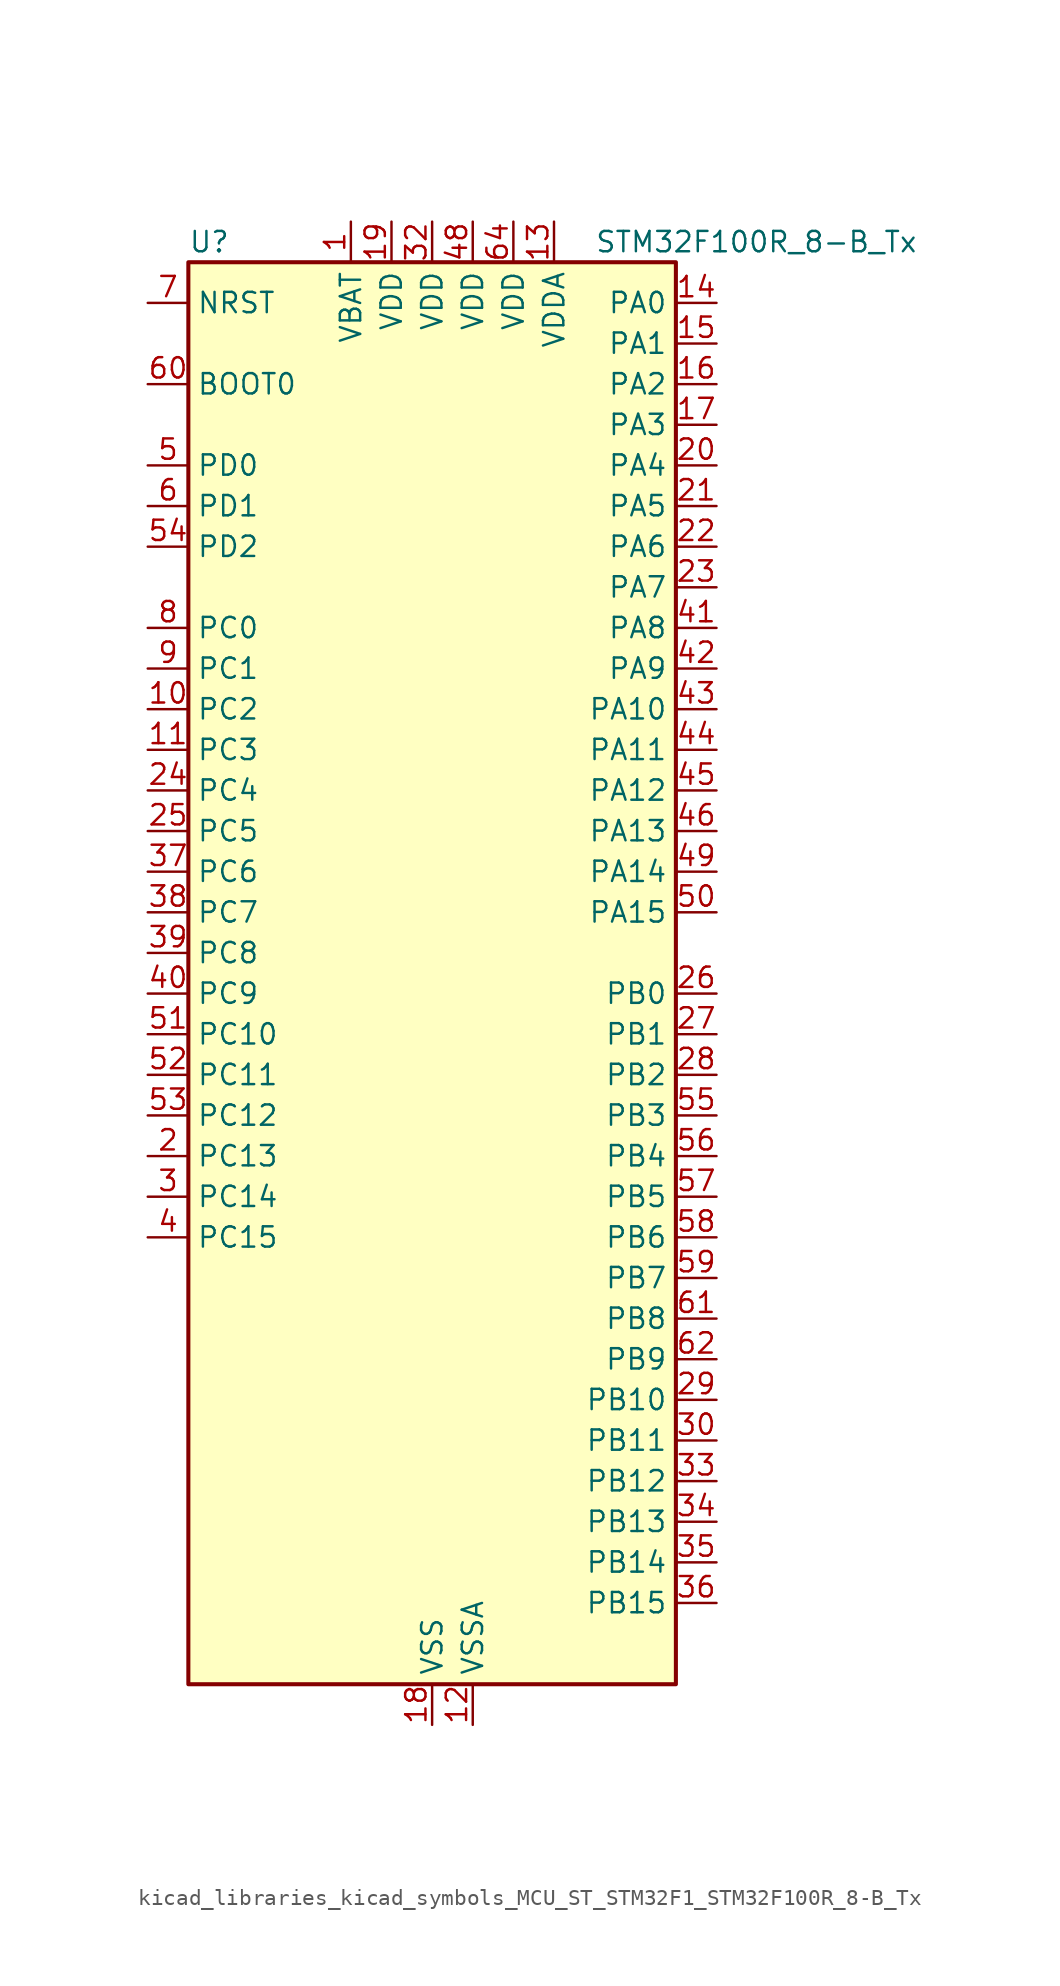
<source format=kicad_sym>
(kicad_symbol_lib
  (version 20220914)
  (generator kicad_symbol_editor)
  (symbol "kicad_libraries_kicad_symbols_MCU_ST_STM32F1_STM32F100R_8-B_Tx"
    (property "Reference" "U"
      (at -15.24 46.99 0)
      (effects (font (size 1.27 1.27)) (justify left)))
    (property "Value" "STM32F100R_8-B_Tx"
      (at 10.16 46.99 0)
      (effects (font (size 1.27 1.27)) (justify left)))
    (property "ki_locked" ""
      (at 0 0 0)
      (effects (font (size 1.27 1.27))))
    (symbol "kicad_libraries_kicad_symbols_MCU_ST_STM32F1_STM32F100R_8-B_Tx_0_1"
      (rectangle (start -15.24 -43.18) (end 15.24 45.72) (stroke (width 0.254) (type default)) (fill (type background))))
    (symbol "kicad_libraries_kicad_symbols_MCU_ST_STM32F1_STM32F100R_8-B_Tx_1_1"
      (pin power_in line (at -5.08 48.26 270) (length 2.54) (name "VBAT" (effects (font (size 1.27 1.27)))) (number "1" (effects (font (size 1.27 1.27)))))
      (pin bidirectional line (at -17.78 17.78 0) (length 2.54) (name "PC2" (effects (font (size 1.27 1.27)))) (number "10" (effects (font (size 1.27 1.27)))) (alternate "ADC1_IN12" bidirectional line))
      (pin bidirectional line (at -17.78 15.24 0) (length 2.54) (name "PC3" (effects (font (size 1.27 1.27)))) (number "11" (effects (font (size 1.27 1.27)))) (alternate "ADC1_IN13" bidirectional line))
      (pin power_in line (at 2.54 -45.72 90) (length 2.54) (name "VSSA" (effects (font (size 1.27 1.27)))) (number "12" (effects (font (size 1.27 1.27)))))
      (pin power_in line (at 7.62 48.26 270) (length 2.54) (name "VDDA" (effects (font (size 1.27 1.27)))) (number "13" (effects (font (size 1.27 1.27)))))
      (pin bidirectional line (at 17.78 43.18 180) (length 2.54) (name "PA0" (effects (font (size 1.27 1.27)))) (number "14" (effects (font (size 1.27 1.27)))) (alternate "ADC1_IN0" bidirectional line) (alternate "SYS_WKUP" bidirectional line) (alternate "TIM2_CH1" bidirectional line) (alternate "TIM2_ETR" bidirectional line) (alternate "USART2_CTS" bidirectional line))
      (pin bidirectional line (at 17.78 40.64 180) (length 2.54) (name "PA1" (effects (font (size 1.27 1.27)))) (number "15" (effects (font (size 1.27 1.27)))) (alternate "ADC1_IN1" bidirectional line) (alternate "TIM2_CH2" bidirectional line) (alternate "USART2_RTS" bidirectional line))
      (pin bidirectional line (at 17.78 38.1 180) (length 2.54) (name "PA2" (effects (font (size 1.27 1.27)))) (number "16" (effects (font (size 1.27 1.27)))) (alternate "ADC1_IN2" bidirectional line) (alternate "TIM15_CH1" bidirectional line) (alternate "TIM2_CH3" bidirectional line) (alternate "USART2_TX" bidirectional line))
      (pin bidirectional line (at 17.78 35.56 180) (length 2.54) (name "PA3" (effects (font (size 1.27 1.27)))) (number "17" (effects (font (size 1.27 1.27)))) (alternate "ADC1_IN3" bidirectional line) (alternate "TIM15_CH2" bidirectional line) (alternate "TIM2_CH4" bidirectional line) (alternate "USART2_RX" bidirectional line))
      (pin power_in line (at 0 -45.72 90) (length 2.54) (name "VSS" (effects (font (size 1.27 1.27)))) (number "18" (effects (font (size 1.27 1.27)))))
      (pin power_in line (at -2.54 48.26 270) (length 2.54) (name "VDD" (effects (font (size 1.27 1.27)))) (number "19" (effects (font (size 1.27 1.27)))))
      (pin bidirectional line (at -17.78 -10.16 0) (length 2.54) (name "PC13" (effects (font (size 1.27 1.27)))) (number "2" (effects (font (size 1.27 1.27)))) (alternate "RTC_OUT" bidirectional line) (alternate "RTC_TAMPER" bidirectional line))
      (pin bidirectional line (at 17.78 33.02 180) (length 2.54) (name "PA4" (effects (font (size 1.27 1.27)))) (number "20" (effects (font (size 1.27 1.27)))) (alternate "ADC1_IN4" bidirectional line) (alternate "DAC_OUT1" bidirectional line) (alternate "SPI1_NSS" bidirectional line) (alternate "USART2_CK" bidirectional line))
      (pin bidirectional line (at 17.78 30.48 180) (length 2.54) (name "PA5" (effects (font (size 1.27 1.27)))) (number "21" (effects (font (size 1.27 1.27)))) (alternate "ADC1_IN5" bidirectional line) (alternate "DAC_OUT2" bidirectional line) (alternate "SPI1_SCK" bidirectional line))
      (pin bidirectional line (at 17.78 27.94 180) (length 2.54) (name "PA6" (effects (font (size 1.27 1.27)))) (number "22" (effects (font (size 1.27 1.27)))) (alternate "ADC1_IN6" bidirectional line) (alternate "SPI1_MISO" bidirectional line) (alternate "TIM16_CH1" bidirectional line) (alternate "TIM1_BKIN" bidirectional line) (alternate "TIM3_CH1" bidirectional line))
      (pin bidirectional line (at 17.78 25.4 180) (length 2.54) (name "PA7" (effects (font (size 1.27 1.27)))) (number "23" (effects (font (size 1.27 1.27)))) (alternate "ADC1_IN7" bidirectional line) (alternate "SPI1_MOSI" bidirectional line) (alternate "TIM17_CH1" bidirectional line) (alternate "TIM1_CH1N" bidirectional line) (alternate "TIM3_CH2" bidirectional line))
      (pin bidirectional line (at -17.78 12.7 0) (length 2.54) (name "PC4" (effects (font (size 1.27 1.27)))) (number "24" (effects (font (size 1.27 1.27)))) (alternate "ADC1_IN14" bidirectional line))
      (pin bidirectional line (at -17.78 10.16 0) (length 2.54) (name "PC5" (effects (font (size 1.27 1.27)))) (number "25" (effects (font (size 1.27 1.27)))) (alternate "ADC1_IN15" bidirectional line))
      (pin bidirectional line (at 17.78 0 180) (length 2.54) (name "PB0" (effects (font (size 1.27 1.27)))) (number "26" (effects (font (size 1.27 1.27)))) (alternate "ADC1_IN8" bidirectional line) (alternate "TIM1_CH2N" bidirectional line) (alternate "TIM3_CH3" bidirectional line))
      (pin bidirectional line (at 17.78 -2.54 180) (length 2.54) (name "PB1" (effects (font (size 1.27 1.27)))) (number "27" (effects (font (size 1.27 1.27)))) (alternate "ADC1_IN9" bidirectional line) (alternate "TIM1_CH3N" bidirectional line) (alternate "TIM3_CH4" bidirectional line))
      (pin bidirectional line (at 17.78 -5.08 180) (length 2.54) (name "PB2" (effects (font (size 1.27 1.27)))) (number "28" (effects (font (size 1.27 1.27)))))
      (pin bidirectional line (at 17.78 -25.4 180) (length 2.54) (name "PB10" (effects (font (size 1.27 1.27)))) (number "29" (effects (font (size 1.27 1.27)))) (alternate "CEC" bidirectional line) (alternate "I2C2_SCL" bidirectional line) (alternate "TIM2_CH3" bidirectional line) (alternate "USART3_TX" bidirectional line))
      (pin bidirectional line (at -17.78 -12.7 0) (length 2.54) (name "PC14" (effects (font (size 1.27 1.27)))) (number "3" (effects (font (size 1.27 1.27)))) (alternate "RCC_OSC32_IN" bidirectional line))
      (pin bidirectional line (at 17.78 -27.94 180) (length 2.54) (name "PB11" (effects (font (size 1.27 1.27)))) (number "30" (effects (font (size 1.27 1.27)))) (alternate "ADC1_EXTI11" bidirectional line) (alternate "I2C2_SDA" bidirectional line) (alternate "TIM2_CH4" bidirectional line) (alternate "USART3_RX" bidirectional line))
      (pin passive line (at 0 -45.72 90) (length 2.54) hide (name "VSS" (effects (font (size 1.27 1.27)))) (number "31" (effects (font (size 1.27 1.27)))))
      (pin power_in line (at 0 48.26 270) (length 2.54) (name "VDD" (effects (font (size 1.27 1.27)))) (number "32" (effects (font (size 1.27 1.27)))))
      (pin bidirectional line (at 17.78 -30.48 180) (length 2.54) (name "PB12" (effects (font (size 1.27 1.27)))) (number "33" (effects (font (size 1.27 1.27)))) (alternate "I2C2_SMBA" bidirectional line) (alternate "SPI2_NSS" bidirectional line) (alternate "TIM1_BKIN" bidirectional line) (alternate "USART3_CK" bidirectional line))
      (pin bidirectional line (at 17.78 -33.02 180) (length 2.54) (name "PB13" (effects (font (size 1.27 1.27)))) (number "34" (effects (font (size 1.27 1.27)))) (alternate "SPI2_SCK" bidirectional line) (alternate "TIM1_CH1N" bidirectional line) (alternate "USART3_CTS" bidirectional line))
      (pin bidirectional line (at 17.78 -35.56 180) (length 2.54) (name "PB14" (effects (font (size 1.27 1.27)))) (number "35" (effects (font (size 1.27 1.27)))) (alternate "SPI2_MISO" bidirectional line) (alternate "TIM15_CH1" bidirectional line) (alternate "TIM1_CH2N" bidirectional line) (alternate "USART3_RTS" bidirectional line))
      (pin bidirectional line (at 17.78 -38.1 180) (length 2.54) (name "PB15" (effects (font (size 1.27 1.27)))) (number "36" (effects (font (size 1.27 1.27)))) (alternate "ADC1_EXTI15" bidirectional line) (alternate "SPI2_MOSI" bidirectional line) (alternate "TIM15_CH1N" bidirectional line) (alternate "TIM15_CH2" bidirectional line) (alternate "TIM1_CH3N" bidirectional line))
      (pin bidirectional line (at -17.78 7.62 0) (length 2.54) (name "PC6" (effects (font (size 1.27 1.27)))) (number "37" (effects (font (size 1.27 1.27)))) (alternate "TIM3_CH1" bidirectional line))
      (pin bidirectional line (at -17.78 5.08 0) (length 2.54) (name "PC7" (effects (font (size 1.27 1.27)))) (number "38" (effects (font (size 1.27 1.27)))) (alternate "TIM3_CH2" bidirectional line))
      (pin bidirectional line (at -17.78 2.54 0) (length 2.54) (name "PC8" (effects (font (size 1.27 1.27)))) (number "39" (effects (font (size 1.27 1.27)))) (alternate "TIM3_CH3" bidirectional line))
      (pin bidirectional line (at -17.78 -15.24 0) (length 2.54) (name "PC15" (effects (font (size 1.27 1.27)))) (number "4" (effects (font (size 1.27 1.27)))) (alternate "ADC1_EXTI15" bidirectional line) (alternate "RCC_OSC32_OUT" bidirectional line))
      (pin bidirectional line (at -17.78 0 0) (length 2.54) (name "PC9" (effects (font (size 1.27 1.27)))) (number "40" (effects (font (size 1.27 1.27)))) (alternate "DAC_EXTI9" bidirectional line) (alternate "TIM3_CH4" bidirectional line))
      (pin bidirectional line (at 17.78 22.86 180) (length 2.54) (name "PA8" (effects (font (size 1.27 1.27)))) (number "41" (effects (font (size 1.27 1.27)))) (alternate "RCC_MCO" bidirectional line) (alternate "TIM1_CH1" bidirectional line) (alternate "USART1_CK" bidirectional line))
      (pin bidirectional line (at 17.78 20.32 180) (length 2.54) (name "PA9" (effects (font (size 1.27 1.27)))) (number "42" (effects (font (size 1.27 1.27)))) (alternate "DAC_EXTI9" bidirectional line) (alternate "TIM15_BKIN" bidirectional line) (alternate "TIM1_CH2" bidirectional line) (alternate "USART1_TX" bidirectional line))
      (pin bidirectional line (at 17.78 17.78 180) (length 2.54) (name "PA10" (effects (font (size 1.27 1.27)))) (number "43" (effects (font (size 1.27 1.27)))) (alternate "TIM17_BKIN" bidirectional line) (alternate "TIM1_CH3" bidirectional line) (alternate "USART1_RX" bidirectional line))
      (pin bidirectional line (at 17.78 15.24 180) (length 2.54) (name "PA11" (effects (font (size 1.27 1.27)))) (number "44" (effects (font (size 1.27 1.27)))) (alternate "ADC1_EXTI11" bidirectional line) (alternate "TIM1_CH4" bidirectional line) (alternate "USART1_CTS" bidirectional line))
      (pin bidirectional line (at 17.78 12.7 180) (length 2.54) (name "PA12" (effects (font (size 1.27 1.27)))) (number "45" (effects (font (size 1.27 1.27)))) (alternate "TIM1_ETR" bidirectional line) (alternate "USART1_RTS" bidirectional line))
      (pin bidirectional line (at 17.78 10.16 180) (length 2.54) (name "PA13" (effects (font (size 1.27 1.27)))) (number "46" (effects (font (size 1.27 1.27)))) (alternate "SYS_JTMS-SWDIO" bidirectional line))
      (pin passive line (at 0 -45.72 90) (length 2.54) hide (name "VSS" (effects (font (size 1.27 1.27)))) (number "47" (effects (font (size 1.27 1.27)))))
      (pin power_in line (at 2.54 48.26 270) (length 2.54) (name "VDD" (effects (font (size 1.27 1.27)))) (number "48" (effects (font (size 1.27 1.27)))))
      (pin bidirectional line (at 17.78 7.62 180) (length 2.54) (name "PA14" (effects (font (size 1.27 1.27)))) (number "49" (effects (font (size 1.27 1.27)))) (alternate "SYS_JTCK-SWCLK" bidirectional line))
      (pin bidirectional line (at -17.78 33.02 0) (length 2.54) (name "PD0" (effects (font (size 1.27 1.27)))) (number "5" (effects (font (size 1.27 1.27)))) (alternate "RCC_OSC_IN" bidirectional line))
      (pin bidirectional line (at 17.78 5.08 180) (length 2.54) (name "PA15" (effects (font (size 1.27 1.27)))) (number "50" (effects (font (size 1.27 1.27)))) (alternate "ADC1_EXTI15" bidirectional line) (alternate "SPI1_NSS" bidirectional line) (alternate "SYS_JTDI" bidirectional line) (alternate "TIM2_CH1" bidirectional line) (alternate "TIM2_ETR" bidirectional line))
      (pin bidirectional line (at -17.78 -2.54 0) (length 2.54) (name "PC10" (effects (font (size 1.27 1.27)))) (number "51" (effects (font (size 1.27 1.27)))) (alternate "USART3_TX" bidirectional line))
      (pin bidirectional line (at -17.78 -5.08 0) (length 2.54) (name "PC11" (effects (font (size 1.27 1.27)))) (number "52" (effects (font (size 1.27 1.27)))) (alternate "ADC1_EXTI11" bidirectional line) (alternate "USART3_RX" bidirectional line))
      (pin bidirectional line (at -17.78 -7.62 0) (length 2.54) (name "PC12" (effects (font (size 1.27 1.27)))) (number "53" (effects (font (size 1.27 1.27)))) (alternate "USART3_CK" bidirectional line))
      (pin bidirectional line (at -17.78 27.94 0) (length 2.54) (name "PD2" (effects (font (size 1.27 1.27)))) (number "54" (effects (font (size 1.27 1.27)))) (alternate "TIM3_ETR" bidirectional line))
      (pin bidirectional line (at 17.78 -7.62 180) (length 2.54) (name "PB3" (effects (font (size 1.27 1.27)))) (number "55" (effects (font (size 1.27 1.27)))) (alternate "SPI1_SCK" bidirectional line) (alternate "SYS_JTDO-TRACESWO" bidirectional line) (alternate "TIM2_CH2" bidirectional line))
      (pin bidirectional line (at 17.78 -10.16 180) (length 2.54) (name "PB4" (effects (font (size 1.27 1.27)))) (number "56" (effects (font (size 1.27 1.27)))) (alternate "SPI1_MISO" bidirectional line) (alternate "SYS_NJTRST" bidirectional line) (alternate "TIM3_CH1" bidirectional line))
      (pin bidirectional line (at 17.78 -12.7 180) (length 2.54) (name "PB5" (effects (font (size 1.27 1.27)))) (number "57" (effects (font (size 1.27 1.27)))) (alternate "I2C1_SMBA" bidirectional line) (alternate "SPI1_MOSI" bidirectional line) (alternate "TIM16_BKIN" bidirectional line) (alternate "TIM3_CH2" bidirectional line))
      (pin bidirectional line (at 17.78 -15.24 180) (length 2.54) (name "PB6" (effects (font (size 1.27 1.27)))) (number "58" (effects (font (size 1.27 1.27)))) (alternate "I2C1_SCL" bidirectional line) (alternate "TIM16_CH1N" bidirectional line) (alternate "TIM4_CH1" bidirectional line) (alternate "USART1_TX" bidirectional line))
      (pin bidirectional line (at 17.78 -17.78 180) (length 2.54) (name "PB7" (effects (font (size 1.27 1.27)))) (number "59" (effects (font (size 1.27 1.27)))) (alternate "I2C1_SDA" bidirectional line) (alternate "TIM17_CH1N" bidirectional line) (alternate "TIM4_CH2" bidirectional line) (alternate "USART1_RX" bidirectional line))
      (pin bidirectional line (at -17.78 30.48 0) (length 2.54) (name "PD1" (effects (font (size 1.27 1.27)))) (number "6" (effects (font (size 1.27 1.27)))) (alternate "RCC_OSC_OUT" bidirectional line))
      (pin input line (at -17.78 38.1 0) (length 2.54) (name "BOOT0" (effects (font (size 1.27 1.27)))) (number "60" (effects (font (size 1.27 1.27)))))
      (pin bidirectional line (at 17.78 -20.32 180) (length 2.54) (name "PB8" (effects (font (size 1.27 1.27)))) (number "61" (effects (font (size 1.27 1.27)))) (alternate "CEC" bidirectional line) (alternate "I2C1_SCL" bidirectional line) (alternate "TIM16_CH1" bidirectional line) (alternate "TIM4_CH3" bidirectional line))
      (pin bidirectional line (at 17.78 -22.86 180) (length 2.54) (name "PB9" (effects (font (size 1.27 1.27)))) (number "62" (effects (font (size 1.27 1.27)))) (alternate "DAC_EXTI9" bidirectional line) (alternate "I2C1_SDA" bidirectional line) (alternate "TIM17_CH1" bidirectional line) (alternate "TIM4_CH4" bidirectional line))
      (pin passive line (at 0 -45.72 90) (length 2.54) hide (name "VSS" (effects (font (size 1.27 1.27)))) (number "63" (effects (font (size 1.27 1.27)))))
      (pin power_in line (at 5.08 48.26 270) (length 2.54) (name "VDD" (effects (font (size 1.27 1.27)))) (number "64" (effects (font (size 1.27 1.27)))))
      (pin input line (at -17.78 43.18 0) (length 2.54) (name "NRST" (effects (font (size 1.27 1.27)))) (number "7" (effects (font (size 1.27 1.27)))))
      (pin bidirectional line (at -17.78 22.86 0) (length 2.54) (name "PC0" (effects (font (size 1.27 1.27)))) (number "8" (effects (font (size 1.27 1.27)))) (alternate "ADC1_IN10" bidirectional line))
      (pin bidirectional line (at -17.78 20.32 0) (length 2.54) (name "PC1" (effects (font (size 1.27 1.27)))) (number "9" (effects (font (size 1.27 1.27)))) (alternate "ADC1_IN11" bidirectional line)))))
</source>
